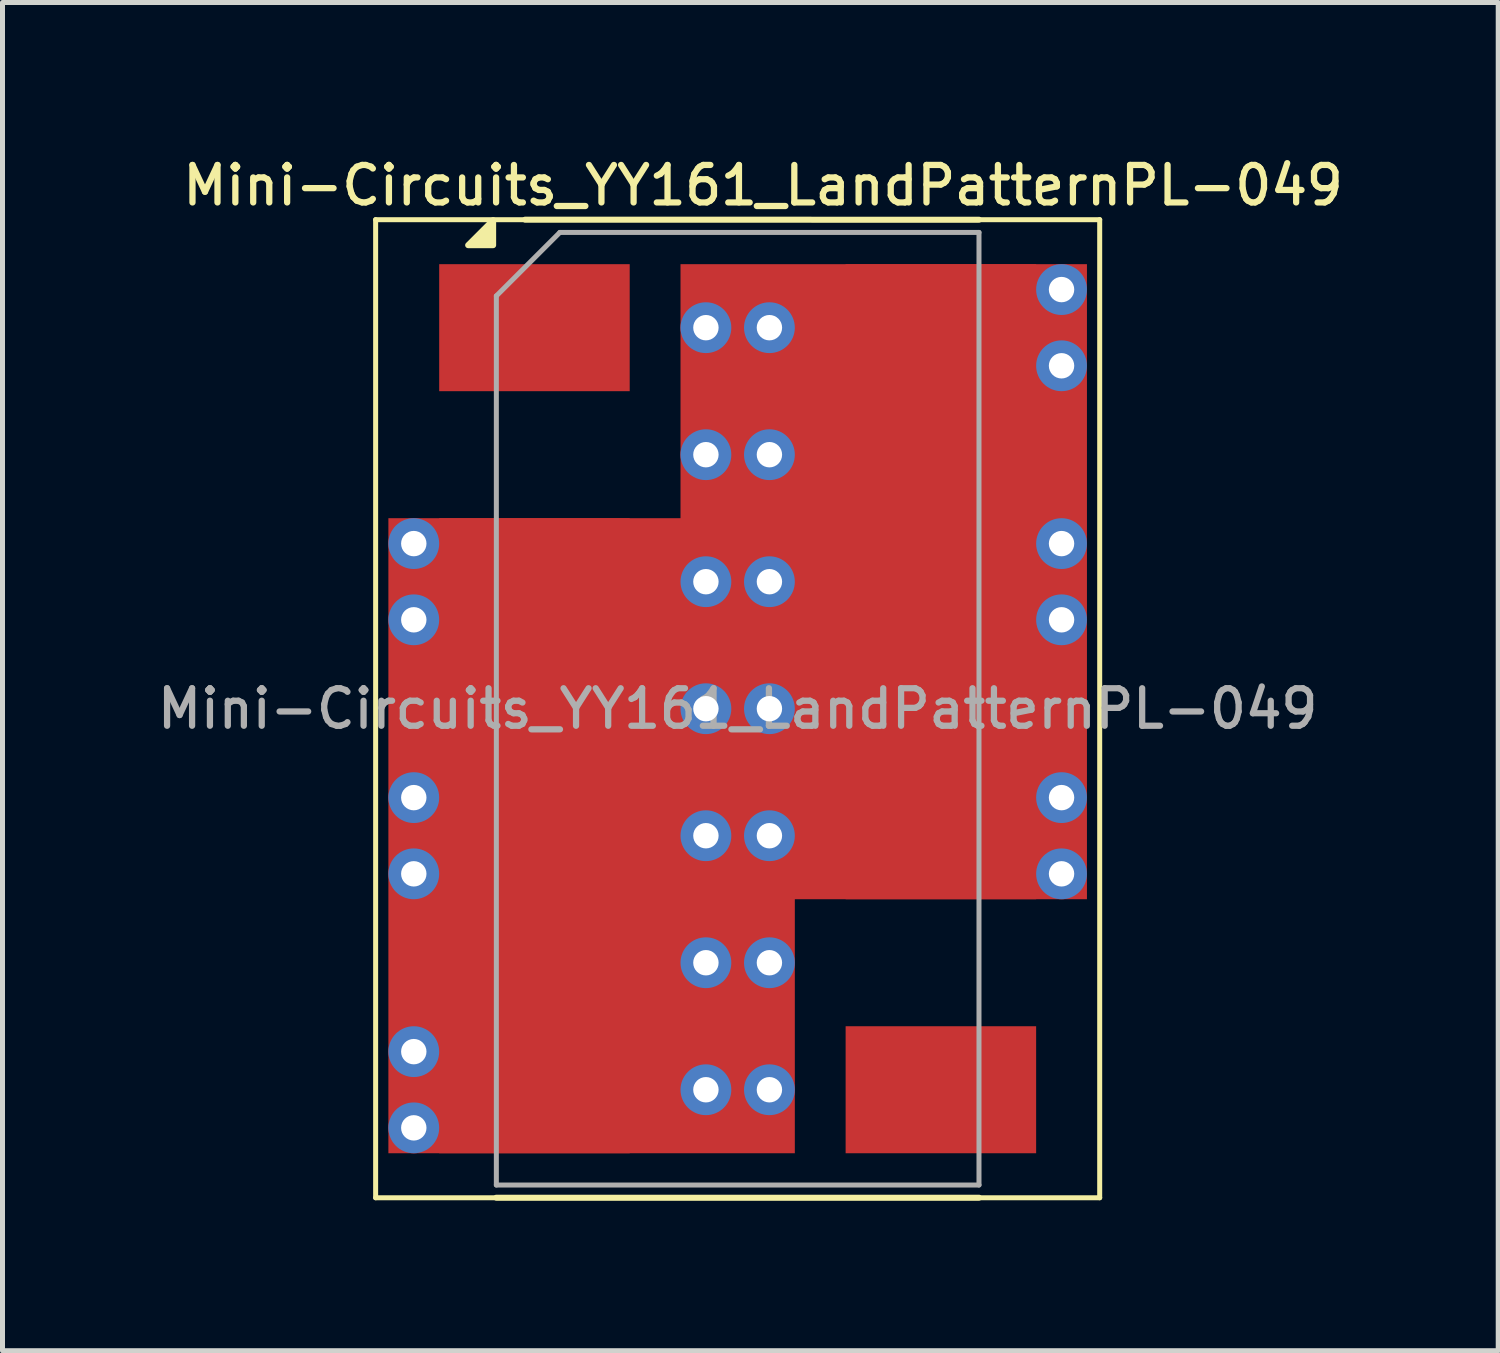
<source format=kicad_pcb>
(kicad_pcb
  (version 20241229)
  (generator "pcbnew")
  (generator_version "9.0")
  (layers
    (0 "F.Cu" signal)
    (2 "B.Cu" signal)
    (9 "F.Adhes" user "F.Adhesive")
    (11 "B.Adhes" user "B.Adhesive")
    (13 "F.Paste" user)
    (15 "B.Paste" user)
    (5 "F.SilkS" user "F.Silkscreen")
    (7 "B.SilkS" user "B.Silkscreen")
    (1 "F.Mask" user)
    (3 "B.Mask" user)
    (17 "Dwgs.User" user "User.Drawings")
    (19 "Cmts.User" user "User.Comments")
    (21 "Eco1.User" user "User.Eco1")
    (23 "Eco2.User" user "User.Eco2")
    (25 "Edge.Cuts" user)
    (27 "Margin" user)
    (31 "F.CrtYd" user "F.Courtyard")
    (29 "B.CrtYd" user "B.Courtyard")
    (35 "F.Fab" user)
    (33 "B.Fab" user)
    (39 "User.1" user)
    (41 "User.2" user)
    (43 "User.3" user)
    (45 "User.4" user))
  (footprint "Mini-Circuits_YY161_LandPatternPL-049"
    (layer "F.Cu")
    (at 11.702 11.123)
    (property "Reference" "Mini-Circuits_YY161_LandPatternPL-049" (at 0.508 -10.465 0) (layer "F.SilkS") (effects (font (size 0.75 0.75) (thickness 0.125))))
    (attr smd)
    (fp_line (start -7.24 -9.78) (end -7.24 9.78) (stroke (width 0.1) (type solid)) (layer "F.SilkS"))
    (fp_line (start -7.24 -9.78) (end 7.24 -9.78) (stroke (width 0.1) (type solid)) (layer "F.SilkS"))
    (fp_line (start -4.826 9.779) (end 4.826 9.779) (stroke (width 0.12) (type solid)) (layer "F.SilkS"))
    (fp_line (start 4.826 -9.779) (end -4.25 -9.78) (stroke (width 0.12) (type solid)) (layer "F.SilkS"))
    (fp_line (start 7.24 9.78) (end -7.24 9.78) (stroke (width 0.1) (type solid)) (layer "F.SilkS"))
    (fp_line (start 7.24 9.78) (end 7.24 -9.78) (stroke (width 0.1) (type solid)) (layer "F.SilkS"))
    (fp_poly (pts (xy -4.89 -9.27) (xy -5.39 -9.27) (xy -4.89 -9.77) (xy -4.89 -9.27)) (stroke (width 0.12) (type solid)) (fill yes) (layer "F.SilkS"))
    (fp_line (start -4.826 -8.255) (end -4.826 9.525) (stroke (width 0.1) (type solid)) (layer "F.Fab"))
    (fp_line (start -3.556 -9.525) (end -4.826 -8.255) (stroke (width 0.1) (type solid)) (layer "F.Fab"))
    (fp_line (start 4.826 -9.525) (end -3.556 -9.525) (stroke (width 0.1) (type solid)) (layer "F.Fab"))
    (fp_line (start 4.826 9.525) (end -4.826 9.525) (stroke (width 0.1) (type solid)) (layer "F.Fab"))
    (fp_line (start 4.826 9.525) (end 4.826 -9.525) (stroke (width 0.1) (type solid)) (layer "F.Fab"))
    (fp_text user "${REFERENCE}" (at 0 0 0) (layer "F.Fab") (effects (font (size 0.75 0.75) (thickness 0.125))))
    (pad "1" smd rect (at -4.064 -7.62 270) (size 2.54 3.81) (layers "F.Cu" "F.Mask" "F.Paste"))
    (pad "2" thru_hole circle (at -6.477 -3.302 270) (size 1.016 1.016) (drill 0.508) (layers "*.Cu"))
    (pad "2" thru_hole circle (at -6.477 -1.778 270) (size 1.016 1.016) (drill 0.508) (layers "*.Cu"))
    (pad "2" thru_hole circle (at -6.477 1.778 270) (size 1.016 1.016) (drill 0.508) (layers "*.Cu"))
    (pad "2" thru_hole circle (at -6.477 3.302 270) (size 1.016 1.016) (drill 0.508) (layers "*.Cu"))
    (pad "2" thru_hole circle (at -6.477 6.858 270) (size 1.016 1.016) (drill 0.508) (layers "*.Cu"))
    (pad "2" thru_hole circle (at -6.477 8.382 270) (size 1.016 1.016) (drill 0.508) (layers "*.Cu"))
    (pad "2" smd rect (at -2.921 2.54 270) (size 12.7 8.128) (layers "F.Cu"))
    (pad "2" thru_hole circle (at -0.635 -7.62 270) (size 1.016 1.016) (drill 0.508) (layers "*.Cu"))
    (pad "2" thru_hole circle (at -0.635 -5.08 270) (size 1.016 1.016) (drill 0.508) (layers "*.Cu"))
    (pad "2" thru_hole circle (at -0.635 -2.54 270) (size 1.016 1.016) (drill 0.508) (layers "*.Cu"))
    (pad "2" thru_hole circle (at -0.635 0 270) (size 1.016 1.016) (drill 0.508) (layers "*.Cu"))
    (pad "2" thru_hole circle (at -0.635 2.54 270) (size 1.016 1.016) (drill 0.508) (layers "*.Cu"))
    (pad "2" thru_hole circle (at -0.635 5.08 270) (size 1.016 1.016) (drill 0.508) (layers "*.Cu"))
    (pad "2" thru_hole circle (at -0.635 7.62 270) (size 1.016 1.016) (drill 0.508) (layers "*.Cu"))
    (pad "2" thru_hole circle (at 0.635 -7.62 270) (size 1.016 1.016) (drill 0.508) (layers "*.Cu"))
    (pad "2" thru_hole circle (at 0.635 -5.08 270) (size 1.016 1.016) (drill 0.508) (layers "*.Cu"))
    (pad "2" thru_hole circle (at 0.635 -2.54 270) (size 1.016 1.016) (drill 0.508) (layers "*.Cu"))
    (pad "2" thru_hole circle (at 0.635 0 270) (size 1.016 1.016) (drill 0.508) (layers "*.Cu"))
    (pad "2" thru_hole circle (at 0.635 2.54 270) (size 1.016 1.016) (drill 0.508) (layers "*.Cu"))
    (pad "2" thru_hole circle (at 0.635 5.08 270) (size 1.016 1.016) (drill 0.508) (layers "*.Cu"))
    (pad "2" thru_hole circle (at 0.635 7.62 270) (size 1.016 1.016) (drill 0.508) (layers "*.Cu"))
    (pad "2" smd rect (at 2.921 -2.54 270) (size 12.7 8.128) (layers "F.Cu"))
    (pad "2" smd rect (at 4.064 -7.62 270) (size 2.54 3.81) (layers "F.Cu" "F.Mask" "F.Paste"))
    (pad "2" thru_hole circle (at 6.477 -8.382 270) (size 1.016 1.016) (drill 0.508) (layers "*.Cu"))
    (pad "2" thru_hole circle (at 6.477 -6.858 270) (size 1.016 1.016) (drill 0.508) (layers "*.Cu"))
    (pad "2" thru_hole circle (at 6.477 -3.302 270) (size 1.016 1.016) (drill 0.508) (layers "*.Cu"))
    (pad "2" thru_hole circle (at 6.477 -1.778 270) (size 1.016 1.016) (drill 0.508) (layers "*.Cu"))
    (pad "2" thru_hole circle (at 6.477 1.778 270) (size 1.016 1.016) (drill 0.508) (layers "*.Cu"))
    (pad "2" thru_hole circle (at 6.477 3.302 270) (size 1.016 1.016) (drill 0.508) (layers "*.Cu"))
    (pad "3" smd rect (at -4.064 -2.54 270) (size 2.54 3.81) (layers "F.Cu" "F.Mask" "F.Paste"))
    (pad "4" smd rect (at 4.064 -2.54 270) (size 2.54 3.81) (layers "F.Cu" "F.Mask" "F.Paste"))
    (pad "5" smd rect (at -4.064 2.54 270) (size 2.54 3.81) (layers "F.Cu" "F.Mask" "F.Paste"))
    (pad "6" smd rect (at 4.064 2.54 270) (size 2.54 3.81) (layers "F.Cu" "F.Mask" "F.Paste"))
    (pad "7" smd rect (at -4.064 7.62 270) (size 2.54 3.81) (layers "F.Cu" "F.Mask" "F.Paste"))
    (pad "8" smd rect (at 4.064 7.62 270) (size 2.54 3.81) (layers "F.Cu" "F.Mask" "F.Paste")))
  (gr_rect
    (start -3 -3)
    (end 26.912 23.962)
    (stroke (width 0.1) (type default))
    (fill no)
    (layer "Edge.Cuts")))
</source>
